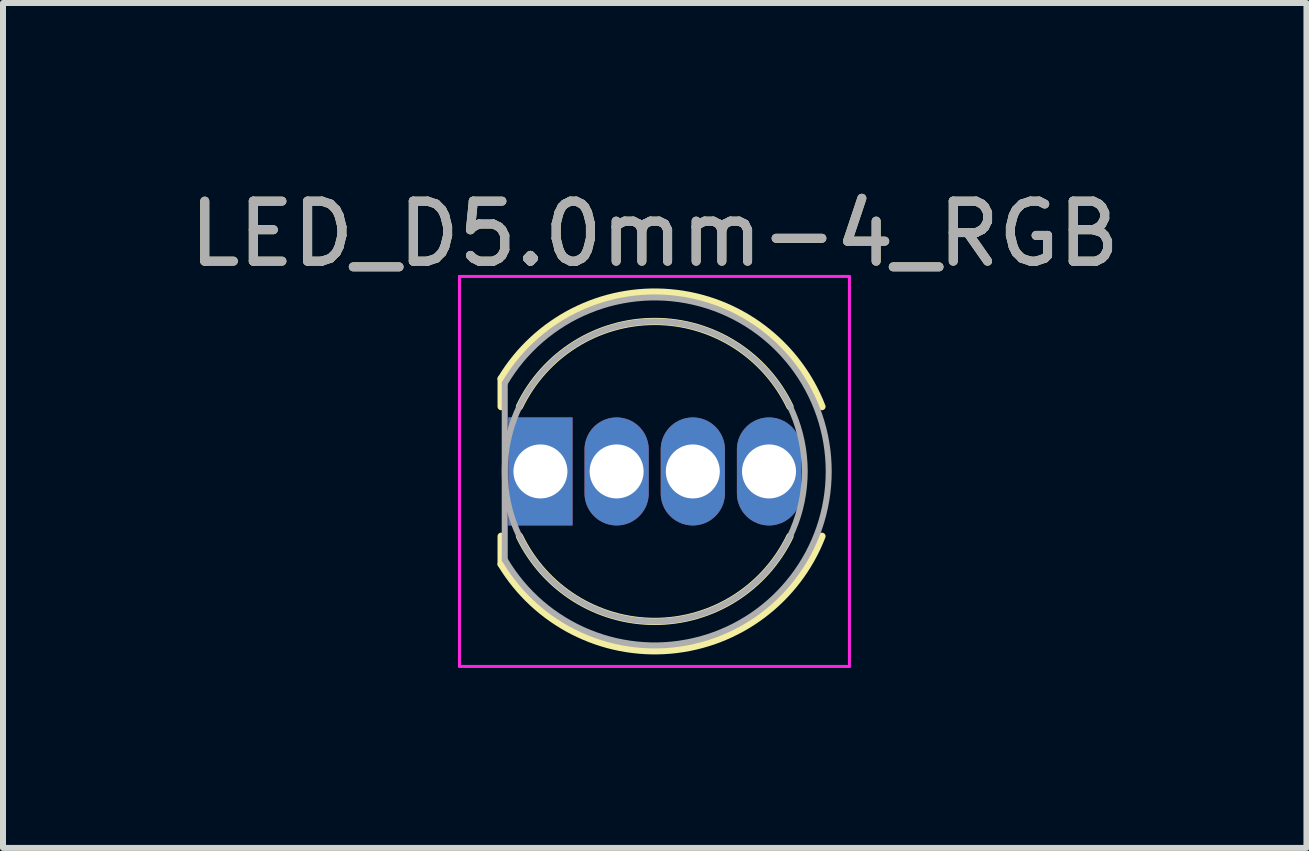
<source format=kicad_pcb>
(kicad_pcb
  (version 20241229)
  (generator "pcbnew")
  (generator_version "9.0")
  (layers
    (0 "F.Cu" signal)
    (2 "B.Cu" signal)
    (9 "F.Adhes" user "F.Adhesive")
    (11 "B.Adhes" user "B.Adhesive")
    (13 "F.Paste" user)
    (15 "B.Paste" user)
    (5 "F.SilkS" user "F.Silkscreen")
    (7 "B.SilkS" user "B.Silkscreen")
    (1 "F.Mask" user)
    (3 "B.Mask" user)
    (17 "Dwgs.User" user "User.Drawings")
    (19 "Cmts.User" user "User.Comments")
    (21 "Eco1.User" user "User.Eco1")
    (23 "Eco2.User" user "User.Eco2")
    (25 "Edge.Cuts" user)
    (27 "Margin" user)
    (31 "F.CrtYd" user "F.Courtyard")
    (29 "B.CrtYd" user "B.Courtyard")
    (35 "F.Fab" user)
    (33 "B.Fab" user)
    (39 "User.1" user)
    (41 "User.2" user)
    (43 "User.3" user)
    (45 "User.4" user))
  (footprint "LED_D5.0mm-4_RGB"
    (layer "F.Cu")
    (at 5.958 4.808)
    (property "Reference" "LED_D5.0mm-4_RGB" (at 1.905 -3.96 0) (layer "F.SilkS") (effects (font (size 1 1) (thickness 0.15))))
    (attr through_hole)
    (fp_line (start -0.655 -1.545) (end -0.655 -1.08) (stroke (width 0.12) (type solid)) (layer "F.SilkS"))
    (fp_line (start -0.655 1.08) (end -0.655 1.545) (stroke (width 0.12) (type solid)) (layer "F.SilkS"))
    (fp_arc (start -0.655 -1.54483) (mid 2.163456 -2.978809) (end 4.692815 -1.080827) (stroke (width 0.12) (type solid)) (layer "F.SilkS"))
    (fp_arc (start -0.349684 -1.08) (mid 1.904762 -2.5) (end 4.159479 -1.080429) (stroke (width 0.12) (type solid)) (layer "F.SilkS"))
    (fp_arc (start 4.159479 1.080429) (mid 1.904762 2.5) (end -0.349684 1.08) (stroke (width 0.12) (type solid)) (layer "F.SilkS"))
    (fp_arc (start 4.692815 1.080827) (mid 2.163456 2.978808) (end -0.655 1.54483) (stroke (width 0.12) (type solid)) (layer "F.SilkS"))
    (fp_line (start -1.35 -3.25) (end -1.35 3.25) (stroke (width 0.05) (type solid)) (layer "F.CrtYd"))
    (fp_line (start -1.35 3.25) (end 5.15 3.25) (stroke (width 0.05) (type solid)) (layer "F.CrtYd"))
    (fp_line (start 5.15 -3.25) (end -1.35 -3.25) (stroke (width 0.05) (type solid)) (layer "F.CrtYd"))
    (fp_line (start 5.15 3.25) (end 5.15 -3.25) (stroke (width 0.05) (type solid)) (layer "F.CrtYd"))
    (fp_line (start -0.595 -1.47) (end -0.595 1.47) (stroke (width 0.1) (type solid)) (layer "F.Fab"))
    (fp_arc (start -0.595 -1.469694) (mid 4.805 0.000016) (end -0.595016 1.469666) (stroke (width 0.1) (type solid)) (layer "F.Fab"))
    (fp_circle (center 1.905 0) (end 4.405 0) (stroke (width 0.1) (type solid)) (fill no) (layer "F.Fab"))
    (fp_text user "${REFERENCE}" (at 1.905 -3.96 0) (layer "F.Fab") (effects (font (size 1 1) (thickness 0.15))))
    (pad "1" thru_hole rect (at 0 0) (size 1.07 1.8) (drill 0.9) (layers "*.Cu" "*.Mask"))
    (pad "2" thru_hole oval (at 1.27 0) (size 1.07 1.8) (drill 0.9) (layers "*.Cu" "*.Mask"))
    (pad "3" thru_hole oval (at 2.54 0) (size 1.07 1.8) (drill 0.9) (layers "*.Cu" "*.Mask"))
    (pad "4" thru_hole oval (at 3.81 0) (size 1.07 1.8) (drill 0.9) (layers "*.Cu" "*.Mask")))
  (gr_rect
    (start -3 -3)
    (end 18.726 11.083)
    (stroke (width 0.1) (type default))
    (fill no)
    (layer "Edge.Cuts")))
</source>
